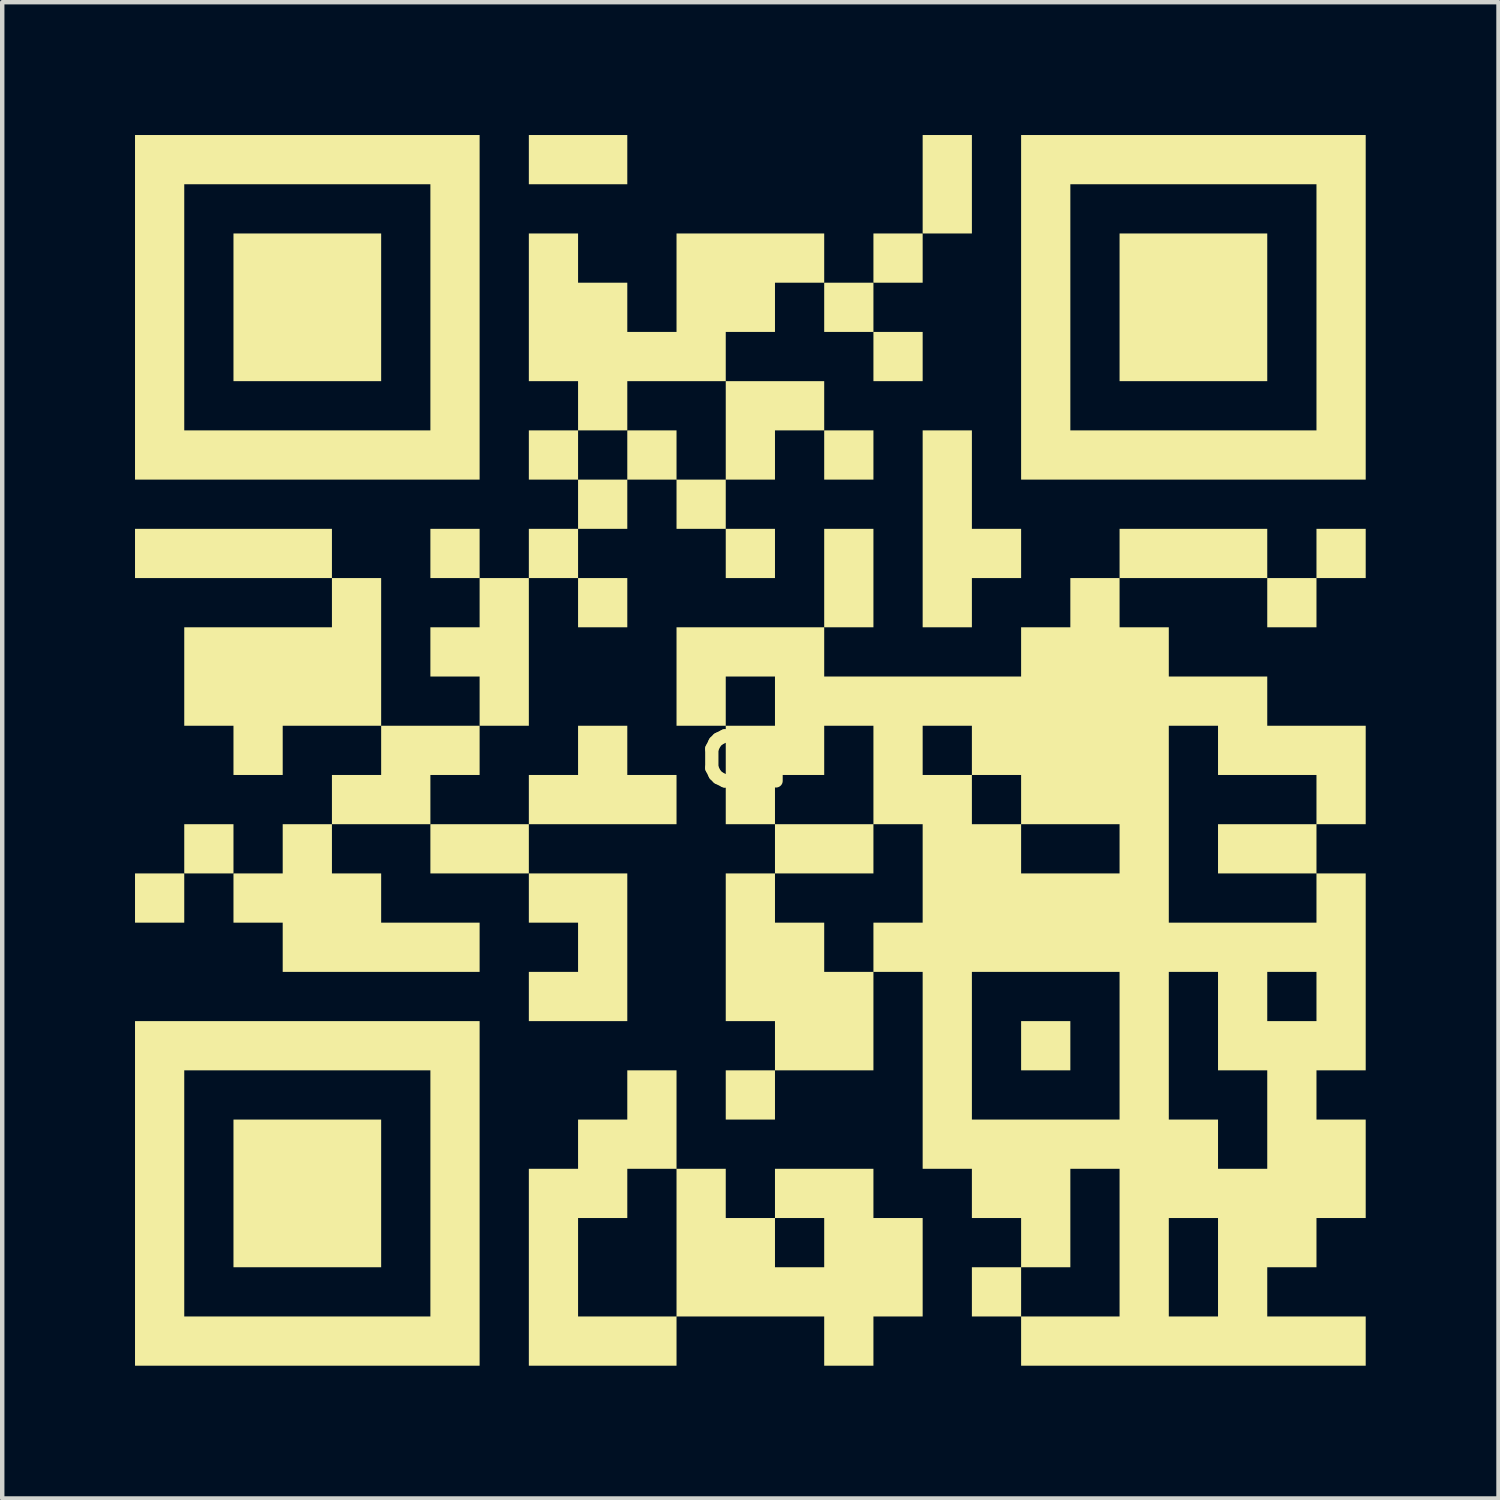
<source format=kicad_pcb>
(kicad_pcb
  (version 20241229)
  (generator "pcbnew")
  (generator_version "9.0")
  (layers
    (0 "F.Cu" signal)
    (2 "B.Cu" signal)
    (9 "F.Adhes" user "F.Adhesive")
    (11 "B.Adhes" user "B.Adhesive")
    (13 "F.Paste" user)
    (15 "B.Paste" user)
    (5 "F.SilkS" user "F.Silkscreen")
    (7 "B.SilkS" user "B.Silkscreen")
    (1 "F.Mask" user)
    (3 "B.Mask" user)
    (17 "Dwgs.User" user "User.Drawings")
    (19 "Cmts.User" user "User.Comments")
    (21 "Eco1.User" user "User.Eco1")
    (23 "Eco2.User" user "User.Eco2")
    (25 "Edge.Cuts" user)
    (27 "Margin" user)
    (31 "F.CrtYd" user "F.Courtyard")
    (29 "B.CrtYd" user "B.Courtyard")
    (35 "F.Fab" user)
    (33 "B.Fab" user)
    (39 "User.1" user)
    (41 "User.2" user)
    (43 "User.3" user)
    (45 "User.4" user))
  (footprint "qr"
    (layer "F.Cu")
    (at 13.9 13.9)
    (property "Reference" "qr" (at 0 0 0) (layer "F.SilkS") (effects (font (size 1.524 1.524) (thickness 0.3))))
    (attr board_only exclude_from_pos_files exclude_from_bom)
    (fp_poly (pts (xy -12.788 3.892) (xy -13.9 3.892) (xy -13.9 2.78) (xy -12.788 2.78)) (stroke (width 0) (type solid)) (fill yes) (layer "F.SilkS"))
    (fp_poly (pts (xy -11.676 2.78) (xy -12.788 2.78) (xy -12.788 1.668) (xy -11.676 1.668)) (stroke (width 0) (type solid)) (fill yes) (layer "F.SilkS"))
    (fp_poly (pts (xy -9.452 -3.892) (xy -13.9 -3.892) (xy -13.9 -5.004) (xy -9.452 -5.004)) (stroke (width 0) (type solid)) (fill yes) (layer "F.SilkS"))
    (fp_poly (pts (xy -8.34 -8.34) (xy -11.676 -8.34) (xy -11.676 -11.676) (xy -8.34 -11.676)) (stroke (width 0) (type solid)) (fill yes) (layer "F.SilkS"))
    (fp_poly (pts (xy -8.34 11.676) (xy -11.676 11.676) (xy -11.676 8.34) (xy -8.34 8.34)) (stroke (width 0) (type solid)) (fill yes) (layer "F.SilkS"))
    (fp_poly (pts (xy -6.116 -3.892) (xy -7.228 -3.892) (xy -7.228 -5.004) (xy -6.116 -5.004)) (stroke (width 0) (type solid)) (fill yes) (layer "F.SilkS"))
    (fp_poly (pts (xy -5.004 2.78) (xy -7.228 2.78) (xy -7.228 1.668) (xy -5.004 1.668)) (stroke (width 0) (type solid)) (fill yes) (layer "F.SilkS"))
    (fp_poly (pts (xy -3.892 -3.892) (xy -5.004 -3.892) (xy -5.004 -5.004) (xy -3.892 -5.004)) (stroke (width 0) (type solid)) (fill yes) (layer "F.SilkS"))
    (fp_poly (pts (xy -2.78 -12.788) (xy -5.004 -12.788) (xy -5.004 -13.9) (xy -2.78 -13.9)) (stroke (width 0) (type solid)) (fill yes) (layer "F.SilkS"))
    (fp_poly (pts (xy -2.78 -2.78) (xy -3.892 -2.78) (xy -3.892 -3.892) (xy -2.78 -3.892)) (stroke (width 0) (type solid)) (fill yes) (layer "F.SilkS"))
    (fp_poly (pts (xy 0.556 -3.892) (xy -0.556 -3.892) (xy -0.556 -5.004) (xy 0.556 -5.004)) (stroke (width 0) (type solid)) (fill yes) (layer "F.SilkS"))
    (fp_poly (pts (xy 0.556 8.34) (xy -0.556 8.34) (xy -0.556 7.228) (xy 0.556 7.228)) (stroke (width 0) (type solid)) (fill yes) (layer "F.SilkS"))
    (fp_poly (pts (xy 2.78 -9.452) (xy 1.668 -9.452) (xy 1.668 -10.564) (xy 2.78 -10.564)) (stroke (width 0) (type solid)) (fill yes) (layer "F.SilkS"))
    (fp_poly (pts (xy 2.78 -6.116) (xy 1.668 -6.116) (xy 1.668 -7.228) (xy 2.78 -7.228)) (stroke (width 0) (type solid)) (fill yes) (layer "F.SilkS"))
    (fp_poly (pts (xy 2.78 -2.78) (xy 1.668 -2.78) (xy 1.668 -5.004) (xy 2.78 -5.004)) (stroke (width 0) (type solid)) (fill yes) (layer "F.SilkS"))
    (fp_poly (pts (xy 3.892 -10.564) (xy 2.78 -10.564) (xy 2.78 -11.676) (xy 3.892 -11.676)) (stroke (width 0) (type solid)) (fill yes) (layer "F.SilkS"))
    (fp_poly (pts (xy 3.892 -8.34) (xy 2.78 -8.34) (xy 2.78 -9.452) (xy 3.892 -9.452)) (stroke (width 0) (type solid)) (fill yes) (layer "F.SilkS"))
    (fp_poly (pts (xy 5.004 -11.676) (xy 3.892 -11.676) (xy 3.892 -13.9) (xy 5.004 -13.9)) (stroke (width 0) (type solid)) (fill yes) (layer "F.SilkS"))
    (fp_poly (pts (xy 7.228 7.228) (xy 6.116 7.228) (xy 6.116 6.116) (xy 7.228 6.116)) (stroke (width 0) (type solid)) (fill yes) (layer "F.SilkS"))
    (fp_poly (pts (xy 11.676 -8.34) (xy 8.34 -8.34) (xy 8.34 -11.676) (xy 11.676 -11.676)) (stroke (width 0) (type solid)) (fill yes) (layer "F.SilkS"))
    (fp_poly (pts (xy 11.676 -3.892) (xy 8.34 -3.892) (xy 8.34 -5.004) (xy 11.676 -5.004)) (stroke (width 0) (type solid)) (fill yes) (layer "F.SilkS"))
    (fp_poly (pts (xy 12.788 -2.78) (xy 11.676 -2.78) (xy 11.676 -3.892) (xy 12.788 -3.892)) (stroke (width 0) (type solid)) (fill yes) (layer "F.SilkS"))
    (fp_poly (pts (xy 13.9 -3.892) (xy 12.788 -3.892) (xy 12.788 -5.004) (xy 13.9 -5.004)) (stroke (width 0) (type solid)) (fill yes) (layer "F.SilkS"))
    (fp_poly (pts (xy -6.116 0.556) (xy -7.228 0.556) (xy -7.228 1.668) (xy -9.452 1.668) (xy -9.452 0.556) (xy -8.34 0.556) (xy -8.34 -0.556) (xy -6.116 -0.556)) (stroke (width 0) (type solid)) (fill yes) (layer "F.SilkS"))
    (fp_poly (pts (xy -5.004 -0.556) (xy -6.116 -0.556) (xy -6.116 -1.668) (xy -7.228 -1.668) (xy -7.228 -2.78) (xy -6.116 -2.78) (xy -6.116 -3.892) (xy -5.004 -3.892)) (stroke (width 0) (type solid)) (fill yes) (layer "F.SilkS"))
    (fp_poly (pts (xy -2.78 0.556) (xy -1.668 0.556) (xy -1.668 1.668) (xy -5.004 1.668) (xy -5.004 0.556) (xy -3.892 0.556) (xy -3.892 -0.556) (xy -2.78 -0.556)) (stroke (width 0) (type solid)) (fill yes) (layer "F.SilkS"))
    (fp_poly (pts (xy -2.78 6.116) (xy -5.004 6.116) (xy -5.004 5.004) (xy -3.892 5.004) (xy -3.892 3.892) (xy -5.004 3.892) (xy -5.004 2.78) (xy -2.78 2.78)) (stroke (width 0) (type solid)) (fill yes) (layer "F.SilkS"))
    (fp_poly (pts (xy 5.004 -5.004) (xy 6.116 -5.004) (xy 6.116 -3.892) (xy 5.004 -3.892) (xy 5.004 -2.78) (xy 3.892 -2.78) (xy 3.892 -7.228) (xy 5.004 -7.228)) (stroke (width 0) (type solid)) (fill yes) (layer "F.SilkS"))
    (fp_poly (pts (xy -8.34 -0.556) (xy -10.564 -0.556) (xy -10.564 0.556) (xy -11.676 0.556) (xy -11.676 -0.556) (xy -12.788 -0.556) (xy -12.788 -2.78) (xy -9.452 -2.78) (xy -9.452 -3.892) (xy -8.34 -3.892)) (stroke (width 0) (type solid)) (fill yes) (layer "F.SilkS"))
    (fp_poly (pts (xy -6.116 -6.116) (xy -13.9 -6.116) (xy -13.9 -7.228) (xy -12.788 -7.228) (xy -7.228 -7.228) (xy -7.228 -12.788) (xy -12.788 -12.788) (xy -12.788 -7.228) (xy -13.9 -7.228) (xy -13.9 -13.9) (xy -6.116 -13.9)) (stroke (width 0) (type solid)) (fill yes) (layer "F.SilkS"))
    (fp_poly (pts (xy -6.116 13.9) (xy -13.9 13.9) (xy -13.9 12.788) (xy -12.788 12.788) (xy -7.228 12.788) (xy -7.228 7.228) (xy -12.788 7.228) (xy -12.788 12.788) (xy -13.9 12.788) (xy -13.9 6.116) (xy -6.116 6.116)) (stroke (width 0) (type solid)) (fill yes) (layer "F.SilkS"))
    (fp_poly (pts (xy 13.9 -6.116) (xy 6.116 -6.116) (xy 6.116 -7.228) (xy 7.228 -7.228) (xy 12.788 -7.228) (xy 12.788 -12.788) (xy 7.228 -12.788) (xy 7.228 -7.228) (xy 6.116 -7.228) (xy 6.116 -13.9) (xy 13.9 -13.9)) (stroke (width 0) (type solid)) (fill yes) (layer "F.SilkS"))
    (fp_poly (pts (xy -9.452 2.78) (xy -8.34 2.78) (xy -8.34 3.892) (xy -6.116 3.892) (xy -6.116 5.004) (xy -10.564 5.004) (xy -10.564 3.892) (xy -11.676 3.892) (xy -11.676 2.78) (xy -10.564 2.78) (xy -10.564 1.668) (xy -9.452 1.668)) (stroke (width 0) (type solid)) (fill yes) (layer "F.SilkS"))
    (fp_poly (pts (xy -0.556 9.452) (xy -0.556 10.564) (xy 0.556 10.564) (xy 0.556 9.452) (xy 2.78 9.452) (xy 2.78 10.564) (xy 3.892 10.564) (xy 3.892 12.788) (xy 2.78 12.788) (xy 2.78 13.9) (xy 1.668 13.9) (xy 1.668 12.788) (xy -1.668 12.788) (xy -1.668 13.9) (xy -5.004 13.9) (xy -5.004 12.788) (xy -3.892 12.788) (xy -1.668 12.788) (xy -1.668 11.676) (xy 0.556 11.676) (xy 1.668 11.676) (xy 1.668 10.564) (xy 0.556 10.564) (xy 0.556 11.676) (xy -1.668 11.676) (xy -1.668 9.452) (xy -2.78 9.452) (xy -2.78 10.564) (xy -3.892 10.564) (xy -3.892 12.788) (xy -5.004 12.788) (xy -5.004 9.452) (xy -3.892 9.452) (xy -3.892 8.34) (xy -2.78 8.34) (xy -2.78 7.228) (xy -1.668 7.228) (xy -1.668 9.452)) (stroke (width 0) (type solid)) (fill yes) (layer "F.SilkS"))
    (fp_poly (pts (xy 1.668 -8.34) (xy 1.668 -7.228) (xy 0.556 -7.228) (xy 0.556 -6.116) (xy -0.556 -6.116) (xy -0.556 -5.004) (xy -1.668 -5.004) (xy -1.668 -6.116) (xy -2.78 -6.116) (xy -2.78 -5.004) (xy -3.892 -5.004) (xy -3.892 -6.116) (xy -2.78 -6.116) (xy -2.78 -7.228) (xy -1.668 -7.228) (xy -1.668 -6.116) (xy -0.556 -6.116) (xy -0.556 -8.34) (xy -2.78 -8.34) (xy -2.78 -7.228) (xy -3.892 -7.228) (xy -3.892 -6.116) (xy -5.004 -6.116) (xy -5.004 -7.228) (xy -3.892 -7.228) (xy -3.892 -8.34) (xy -5.004 -8.34) (xy -5.004 -11.676) (xy -3.892 -11.676) (xy -3.892 -10.564) (xy -2.78 -10.564) (xy -2.78 -9.452) (xy -1.668 -9.452) (xy -1.668 -11.676) (xy 1.668 -11.676) (xy 1.668 -10.564) (xy 0.556 -10.564) (xy 0.556 -9.452) (xy -0.556 -9.452) (xy -0.556 -8.34)) (stroke (width 0) (type solid)) (fill yes) (layer "F.SilkS"))
    (fp_poly (pts (xy 8.34 -2.78) (xy 9.452 -2.78) (xy 9.452 -1.668) (xy 11.676 -1.668) (xy 11.676 -0.556) (xy 13.9 -0.556) (xy 13.9 1.668) (xy 12.788 1.668) (xy 12.788 2.78) (xy 13.9 2.78) (xy 13.9 7.228) (xy 12.788 7.228) (xy 12.788 8.34) (xy 13.9 8.34) (xy 13.9 10.564) (xy 12.788 10.564) (xy 12.788 11.676) (xy 11.676 11.676) (xy 11.676 12.788) (xy 13.9 12.788) (xy 13.9 13.9) (xy 6.116 13.9) (xy 6.116 12.788) (xy 8.34 12.788) (xy 9.452 12.788) (xy 10.564 12.788) (xy 10.564 10.564) (xy 9.452 10.564) (xy 9.452 12.788) (xy 8.34 12.788) (xy 8.34 9.452) (xy 7.228 9.452) (xy 7.228 11.676) (xy 6.116 11.676) (xy 6.116 12.788) (xy 5.004 12.788) (xy 5.004 11.676) (xy 6.116 11.676) (xy 6.116 10.564) (xy 5.004 10.564) (xy 5.004 9.452) (xy 3.892 9.452) (xy 3.892 8.34) (xy 5.004 8.34) (xy 8.34 8.34) (xy 9.452 8.34) (xy 10.564 8.34) (xy 10.564 9.452) (xy 11.676 9.452) (xy 11.676 7.228) (xy 10.564 7.228) (xy 10.564 6.116) (xy 11.676 6.116) (xy 12.788 6.116) (xy 12.788 5.004) (xy 11.676 5.004) (xy 11.676 6.116) (xy 10.564 6.116) (xy 10.564 5.004) (xy 9.452 5.004) (xy 9.452 8.34) (xy 8.34 8.34) (xy 8.34 5.004) (xy 5.004 5.004) (xy 5.004 8.34) (xy 3.892 8.34) (xy 3.892 5.004) (xy 2.78 5.004) (xy 2.78 7.228) (xy 0.556 7.228) (xy 0.556 6.116) (xy -0.556 6.116) (xy -0.556 3.892) (xy 0.556 3.892) (xy 1.668 3.892) (xy 1.668 5.004) (xy 2.78 5.004) (xy 2.78 3.892) (xy 3.892 3.892) (xy 9.452 3.892) (xy 12.788 3.892) (xy 12.788 2.78) (xy 10.564 2.78) (xy 10.564 1.668) (xy 12.788 1.668) (xy 12.788 0.556) (xy 10.564 0.556) (xy 10.564 -0.556) (xy 9.452 -0.556) (xy 9.452 3.892) (xy 3.892 3.892) (xy 3.892 2.78) (xy 6.116 2.78) (xy 8.34 2.78) (xy 8.34 1.668) (xy 6.116 1.668) (xy 6.116 2.78) (xy 3.892 2.78) (xy 3.892 1.668) (xy 5.004 1.668) (xy 6.116 1.668) (xy 6.116 0.556) (xy 5.004 0.556) (xy 5.004 1.668) (xy 3.892 1.668) (xy 2.78 1.668) (xy 2.78 2.78) (xy 0.556 2.78) (xy 0.556 3.892) (xy -0.556 3.892) (xy -0.556 2.78) (xy 0.556 2.78) (xy 0.556 1.668) (xy 2.78 1.668) (xy 2.78 0.556) (xy 3.892 0.556) (xy 5.004 0.556) (xy 5.004 -0.556) (xy 3.892 -0.556) (xy 3.892 0.556) (xy 2.78 0.556) (xy 2.78 -0.556) (xy 1.668 -0.556) (xy 1.668 0.556) (xy 0.556 0.556) (xy 0.556 1.668) (xy -0.556 1.668) (xy -0.556 -0.556) (xy 0.556 -0.556) (xy 0.556 -1.668) (xy -0.556 -1.668) (xy -0.556 -0.556) (xy -1.668 -0.556) (xy -1.668 -2.78) (xy 1.668 -2.78) (xy 1.668 -1.668) (xy 6.116 -1.668) (xy 6.116 -2.78) (xy 7.228 -2.78) (xy 7.228 -3.892) (xy 8.34 -3.892)) (stroke (width 0) (type solid)) (fill yes) (layer "F.SilkS")))
  (gr_rect
    (start -3 -3)
    (end 30.8 30.8)
    (stroke (width 0.1) (type default))
    (fill no)
    (layer "Edge.Cuts")))
</source>
